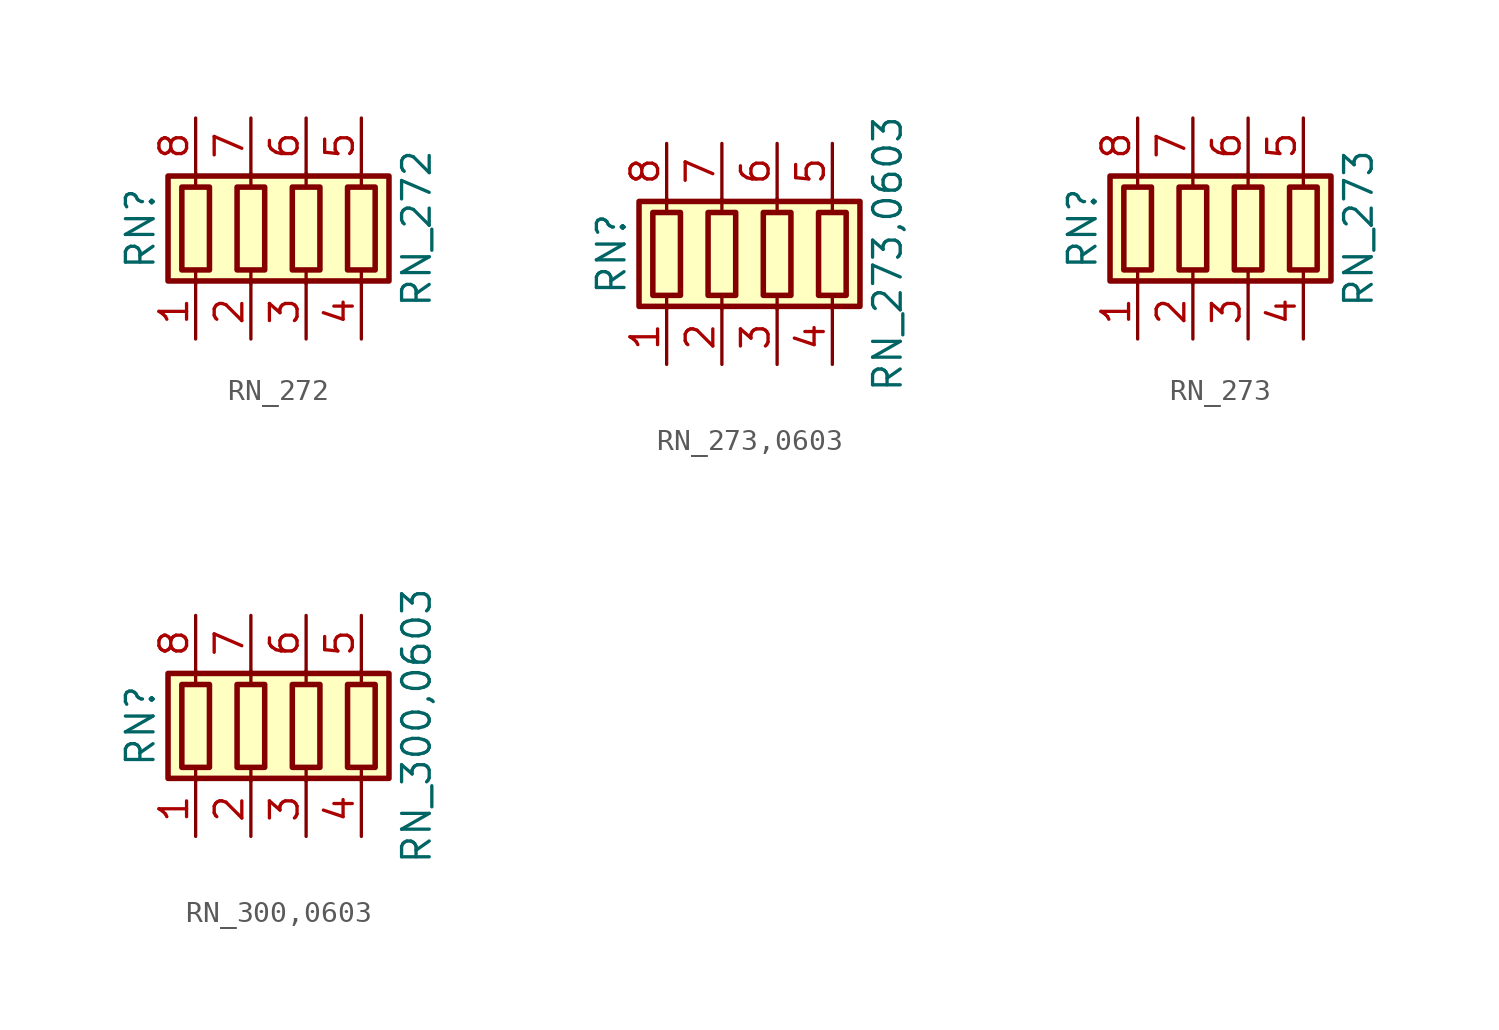
<source format=kicad_sym>
(kicad_symbol_lib
  (version 20211014)
  (generator kicad_symbol_editor)
  (symbol "RN_272"
    (pin_names
      (offset 0) hide)
    (property "Reference" "RN"
      (at -7.62 0 90)
      (effects (font (size 1.27 1.27))))
    (property "Value" "RN_272"
      (at 5.08 0 90)
      (effects (font (size 1.27 1.27))))
    (symbol "RN_272_0_1"
      (rectangle (start -6.35 -2.413) (end 3.81 2.413) (stroke (width 0.254) (type default) (color 0 0 0 0)) (fill (type background)))
      (rectangle (start -5.715 1.905) (end -4.445 -1.905) (stroke (width 0.254) (type default) (color 0 0 0 0)) (fill (type none)))
      (rectangle (start -3.175 1.905) (end -1.905 -1.905) (stroke (width 0.254) (type default) (color 0 0 0 0)) (fill (type none)))
      (rectangle (start -0.635 1.905) (end 0.635 -1.905) (stroke (width 0.254) (type default) (color 0 0 0 0)) (fill (type none)))
      (polyline (pts (xy -5.08 -2.54) (xy -5.08 -1.905)) (stroke (width 0) (type default) (color 0 0 0 0)) (fill (type none)))
      (polyline (pts (xy -5.08 1.905) (xy -5.08 2.54)) (stroke (width 0) (type default) (color 0 0 0 0)) (fill (type none)))
      (polyline (pts (xy -2.54 -2.54) (xy -2.54 -1.905)) (stroke (width 0) (type default) (color 0 0 0 0)) (fill (type none)))
      (polyline (pts (xy -2.54 1.905) (xy -2.54 2.54)) (stroke (width 0) (type default) (color 0 0 0 0)) (fill (type none)))
      (polyline (pts (xy 0 -2.54) (xy 0 -1.905)) (stroke (width 0) (type default) (color 0 0 0 0)) (fill (type none)))
      (polyline (pts (xy 0 1.905) (xy 0 2.54)) (stroke (width 0) (type default) (color 0 0 0 0)) (fill (type none)))
      (polyline (pts (xy 2.54 -2.54) (xy 2.54 -1.905)) (stroke (width 0) (type default) (color 0 0 0 0)) (fill (type none)))
      (polyline (pts (xy 2.54 1.905) (xy 2.54 2.54)) (stroke (width 0) (type default) (color 0 0 0 0)) (fill (type none)))
      (rectangle (start 1.905 1.905) (end 3.175 -1.905) (stroke (width 0.254) (type default) (color 0 0 0 0)) (fill (type none))))
    (symbol "RN_272_1_1"
      (pin passive line (at -5.08 -5.08 90) (length 2.54) (name "R1.1" (effects (font (size 1.27 1.27)))) (number "1" (effects (font (size 1.27 1.27)))))
      (pin passive line (at -2.54 -5.08 90) (length 2.54) (name "R2.1" (effects (font (size 1.27 1.27)))) (number "2" (effects (font (size 1.27 1.27)))))
      (pin passive line (at 0 -5.08 90) (length 2.54) (name "R3.1" (effects (font (size 1.27 1.27)))) (number "3" (effects (font (size 1.27 1.27)))))
      (pin passive line (at 2.54 -5.08 90) (length 2.54) (name "R4.1" (effects (font (size 1.27 1.27)))) (number "4" (effects (font (size 1.27 1.27)))))
      (pin passive line (at 2.54 5.08 270) (length 2.54) (name "R4.2" (effects (font (size 1.27 1.27)))) (number "5" (effects (font (size 1.27 1.27)))))
      (pin passive line (at 0 5.08 270) (length 2.54) (name "R3.2" (effects (font (size 1.27 1.27)))) (number "6" (effects (font (size 1.27 1.27)))))
      (pin passive line (at -2.54 5.08 270) (length 2.54) (name "R2.2" (effects (font (size 1.27 1.27)))) (number "7" (effects (font (size 1.27 1.27)))))
      (pin passive line (at -5.08 5.08 270) (length 2.54) (name "R1.2" (effects (font (size 1.27 1.27)))) (number "8" (effects (font (size 1.27 1.27)))))))
  (symbol "RN_273,0603"
    (pin_names
      (offset 0) hide)
    (property "Reference" "RN"
      (at -7.62 0 90)
      (effects (font (size 1.27 1.27))))
    (property "Value" "RN_273,0603"
      (at 5.08 0 90)
      (effects (font (size 1.27 1.27))))
    (symbol "RN_273,0603_0_1"
      (rectangle (start -6.35 -2.413) (end 3.81 2.413) (stroke (width 0.254) (type default) (color 0 0 0 0)) (fill (type background)))
      (rectangle (start -5.715 1.905) (end -4.445 -1.905) (stroke (width 0.254) (type default) (color 0 0 0 0)) (fill (type none)))
      (rectangle (start -3.175 1.905) (end -1.905 -1.905) (stroke (width 0.254) (type default) (color 0 0 0 0)) (fill (type none)))
      (rectangle (start -0.635 1.905) (end 0.635 -1.905) (stroke (width 0.254) (type default) (color 0 0 0 0)) (fill (type none)))
      (polyline (pts (xy -5.08 -2.54) (xy -5.08 -1.905)) (stroke (width 0) (type default) (color 0 0 0 0)) (fill (type none)))
      (polyline (pts (xy -5.08 1.905) (xy -5.08 2.54)) (stroke (width 0) (type default) (color 0 0 0 0)) (fill (type none)))
      (polyline (pts (xy -2.54 -2.54) (xy -2.54 -1.905)) (stroke (width 0) (type default) (color 0 0 0 0)) (fill (type none)))
      (polyline (pts (xy -2.54 1.905) (xy -2.54 2.54)) (stroke (width 0) (type default) (color 0 0 0 0)) (fill (type none)))
      (polyline (pts (xy 0 -2.54) (xy 0 -1.905)) (stroke (width 0) (type default) (color 0 0 0 0)) (fill (type none)))
      (polyline (pts (xy 0 1.905) (xy 0 2.54)) (stroke (width 0) (type default) (color 0 0 0 0)) (fill (type none)))
      (polyline (pts (xy 2.54 -2.54) (xy 2.54 -1.905)) (stroke (width 0) (type default) (color 0 0 0 0)) (fill (type none)))
      (polyline (pts (xy 2.54 1.905) (xy 2.54 2.54)) (stroke (width 0) (type default) (color 0 0 0 0)) (fill (type none)))
      (rectangle (start 1.905 1.905) (end 3.175 -1.905) (stroke (width 0.254) (type default) (color 0 0 0 0)) (fill (type none))))
    (symbol "RN_273,0603_1_1"
      (pin passive line (at -5.08 -5.08 90) (length 2.54) (name "R1.1" (effects (font (size 1.27 1.27)))) (number "1" (effects (font (size 1.27 1.27)))))
      (pin passive line (at -2.54 -5.08 90) (length 2.54) (name "R2.1" (effects (font (size 1.27 1.27)))) (number "2" (effects (font (size 1.27 1.27)))))
      (pin passive line (at 0 -5.08 90) (length 2.54) (name "R3.1" (effects (font (size 1.27 1.27)))) (number "3" (effects (font (size 1.27 1.27)))))
      (pin passive line (at 2.54 -5.08 90) (length 2.54) (name "R4.1" (effects (font (size 1.27 1.27)))) (number "4" (effects (font (size 1.27 1.27)))))
      (pin passive line (at 2.54 5.08 270) (length 2.54) (name "R4.2" (effects (font (size 1.27 1.27)))) (number "5" (effects (font (size 1.27 1.27)))))
      (pin passive line (at 0 5.08 270) (length 2.54) (name "R3.2" (effects (font (size 1.27 1.27)))) (number "6" (effects (font (size 1.27 1.27)))))
      (pin passive line (at -2.54 5.08 270) (length 2.54) (name "R2.2" (effects (font (size 1.27 1.27)))) (number "7" (effects (font (size 1.27 1.27)))))
      (pin passive line (at -5.08 5.08 270) (length 2.54) (name "R1.2" (effects (font (size 1.27 1.27)))) (number "8" (effects (font (size 1.27 1.27)))))))
  (symbol "RN_273"
    (pin_names
      (offset 0) hide)
    (property "Reference" "RN"
      (at -7.62 0 90)
      (effects (font (size 1.27 1.27))))
    (property "Value" "RN_273"
      (at 5.08 0 90)
      (effects (font (size 1.27 1.27))))
    (symbol "RN_273_0_1"
      (rectangle (start -6.35 -2.413) (end 3.81 2.413) (stroke (width 0.254) (type default) (color 0 0 0 0)) (fill (type background)))
      (rectangle (start -5.715 1.905) (end -4.445 -1.905) (stroke (width 0.254) (type default) (color 0 0 0 0)) (fill (type none)))
      (rectangle (start -3.175 1.905) (end -1.905 -1.905) (stroke (width 0.254) (type default) (color 0 0 0 0)) (fill (type none)))
      (rectangle (start -0.635 1.905) (end 0.635 -1.905) (stroke (width 0.254) (type default) (color 0 0 0 0)) (fill (type none)))
      (polyline (pts (xy -5.08 -2.54) (xy -5.08 -1.905)) (stroke (width 0) (type default) (color 0 0 0 0)) (fill (type none)))
      (polyline (pts (xy -5.08 1.905) (xy -5.08 2.54)) (stroke (width 0) (type default) (color 0 0 0 0)) (fill (type none)))
      (polyline (pts (xy -2.54 -2.54) (xy -2.54 -1.905)) (stroke (width 0) (type default) (color 0 0 0 0)) (fill (type none)))
      (polyline (pts (xy -2.54 1.905) (xy -2.54 2.54)) (stroke (width 0) (type default) (color 0 0 0 0)) (fill (type none)))
      (polyline (pts (xy 0 -2.54) (xy 0 -1.905)) (stroke (width 0) (type default) (color 0 0 0 0)) (fill (type none)))
      (polyline (pts (xy 0 1.905) (xy 0 2.54)) (stroke (width 0) (type default) (color 0 0 0 0)) (fill (type none)))
      (polyline (pts (xy 2.54 -2.54) (xy 2.54 -1.905)) (stroke (width 0) (type default) (color 0 0 0 0)) (fill (type none)))
      (polyline (pts (xy 2.54 1.905) (xy 2.54 2.54)) (stroke (width 0) (type default) (color 0 0 0 0)) (fill (type none)))
      (rectangle (start 1.905 1.905) (end 3.175 -1.905) (stroke (width 0.254) (type default) (color 0 0 0 0)) (fill (type none))))
    (symbol "RN_273_1_1"
      (pin passive line (at -5.08 -5.08 90) (length 2.54) (name "R1.1" (effects (font (size 1.27 1.27)))) (number "1" (effects (font (size 1.27 1.27)))))
      (pin passive line (at -2.54 -5.08 90) (length 2.54) (name "R2.1" (effects (font (size 1.27 1.27)))) (number "2" (effects (font (size 1.27 1.27)))))
      (pin passive line (at 0 -5.08 90) (length 2.54) (name "R3.1" (effects (font (size 1.27 1.27)))) (number "3" (effects (font (size 1.27 1.27)))))
      (pin passive line (at 2.54 -5.08 90) (length 2.54) (name "R4.1" (effects (font (size 1.27 1.27)))) (number "4" (effects (font (size 1.27 1.27)))))
      (pin passive line (at 2.54 5.08 270) (length 2.54) (name "R4.2" (effects (font (size 1.27 1.27)))) (number "5" (effects (font (size 1.27 1.27)))))
      (pin passive line (at 0 5.08 270) (length 2.54) (name "R3.2" (effects (font (size 1.27 1.27)))) (number "6" (effects (font (size 1.27 1.27)))))
      (pin passive line (at -2.54 5.08 270) (length 2.54) (name "R2.2" (effects (font (size 1.27 1.27)))) (number "7" (effects (font (size 1.27 1.27)))))
      (pin passive line (at -5.08 5.08 270) (length 2.54) (name "R1.2" (effects (font (size 1.27 1.27)))) (number "8" (effects (font (size 1.27 1.27)))))))
  (symbol "RN_300,0603"
    (pin_names
      (offset 0) hide)
    (property "Reference" "RN"
      (at -7.62 0 90)
      (effects (font (size 1.27 1.27))))
    (property "Value" "RN_300,0603"
      (at 5.08 0 90)
      (effects (font (size 1.27 1.27))))
    (symbol "RN_300,0603_0_1"
      (rectangle (start -6.35 -2.413) (end 3.81 2.413) (stroke (width 0.254) (type default) (color 0 0 0 0)) (fill (type background)))
      (rectangle (start -5.715 1.905) (end -4.445 -1.905) (stroke (width 0.254) (type default) (color 0 0 0 0)) (fill (type none)))
      (rectangle (start -3.175 1.905) (end -1.905 -1.905) (stroke (width 0.254) (type default) (color 0 0 0 0)) (fill (type none)))
      (rectangle (start -0.635 1.905) (end 0.635 -1.905) (stroke (width 0.254) (type default) (color 0 0 0 0)) (fill (type none)))
      (polyline (pts (xy -5.08 -2.54) (xy -5.08 -1.905)) (stroke (width 0) (type default) (color 0 0 0 0)) (fill (type none)))
      (polyline (pts (xy -5.08 1.905) (xy -5.08 2.54)) (stroke (width 0) (type default) (color 0 0 0 0)) (fill (type none)))
      (polyline (pts (xy -2.54 -2.54) (xy -2.54 -1.905)) (stroke (width 0) (type default) (color 0 0 0 0)) (fill (type none)))
      (polyline (pts (xy -2.54 1.905) (xy -2.54 2.54)) (stroke (width 0) (type default) (color 0 0 0 0)) (fill (type none)))
      (polyline (pts (xy 0 -2.54) (xy 0 -1.905)) (stroke (width 0) (type default) (color 0 0 0 0)) (fill (type none)))
      (polyline (pts (xy 0 1.905) (xy 0 2.54)) (stroke (width 0) (type default) (color 0 0 0 0)) (fill (type none)))
      (polyline (pts (xy 2.54 -2.54) (xy 2.54 -1.905)) (stroke (width 0) (type default) (color 0 0 0 0)) (fill (type none)))
      (polyline (pts (xy 2.54 1.905) (xy 2.54 2.54)) (stroke (width 0) (type default) (color 0 0 0 0)) (fill (type none)))
      (rectangle (start 1.905 1.905) (end 3.175 -1.905) (stroke (width 0.254) (type default) (color 0 0 0 0)) (fill (type none))))
    (symbol "RN_300,0603_1_1"
      (pin passive line (at -5.08 -5.08 90) (length 2.54) (name "R1.1" (effects (font (size 1.27 1.27)))) (number "1" (effects (font (size 1.27 1.27)))))
      (pin passive line (at -2.54 -5.08 90) (length 2.54) (name "R2.1" (effects (font (size 1.27 1.27)))) (number "2" (effects (font (size 1.27 1.27)))))
      (pin passive line (at 0 -5.08 90) (length 2.54) (name "R3.1" (effects (font (size 1.27 1.27)))) (number "3" (effects (font (size 1.27 1.27)))))
      (pin passive line (at 2.54 -5.08 90) (length 2.54) (name "R4.1" (effects (font (size 1.27 1.27)))) (number "4" (effects (font (size 1.27 1.27)))))
      (pin passive line (at 2.54 5.08 270) (length 2.54) (name "R4.2" (effects (font (size 1.27 1.27)))) (number "5" (effects (font (size 1.27 1.27)))))
      (pin passive line (at 0 5.08 270) (length 2.54) (name "R3.2" (effects (font (size 1.27 1.27)))) (number "6" (effects (font (size 1.27 1.27)))))
      (pin passive line (at -2.54 5.08 270) (length 2.54) (name "R2.2" (effects (font (size 1.27 1.27)))) (number "7" (effects (font (size 1.27 1.27)))))
      (pin passive line (at -5.08 5.08 270) (length 2.54) (name "R1.2" (effects (font (size 1.27 1.27)))) (number "8" (effects (font (size 1.27 1.27))))))))
</source>
